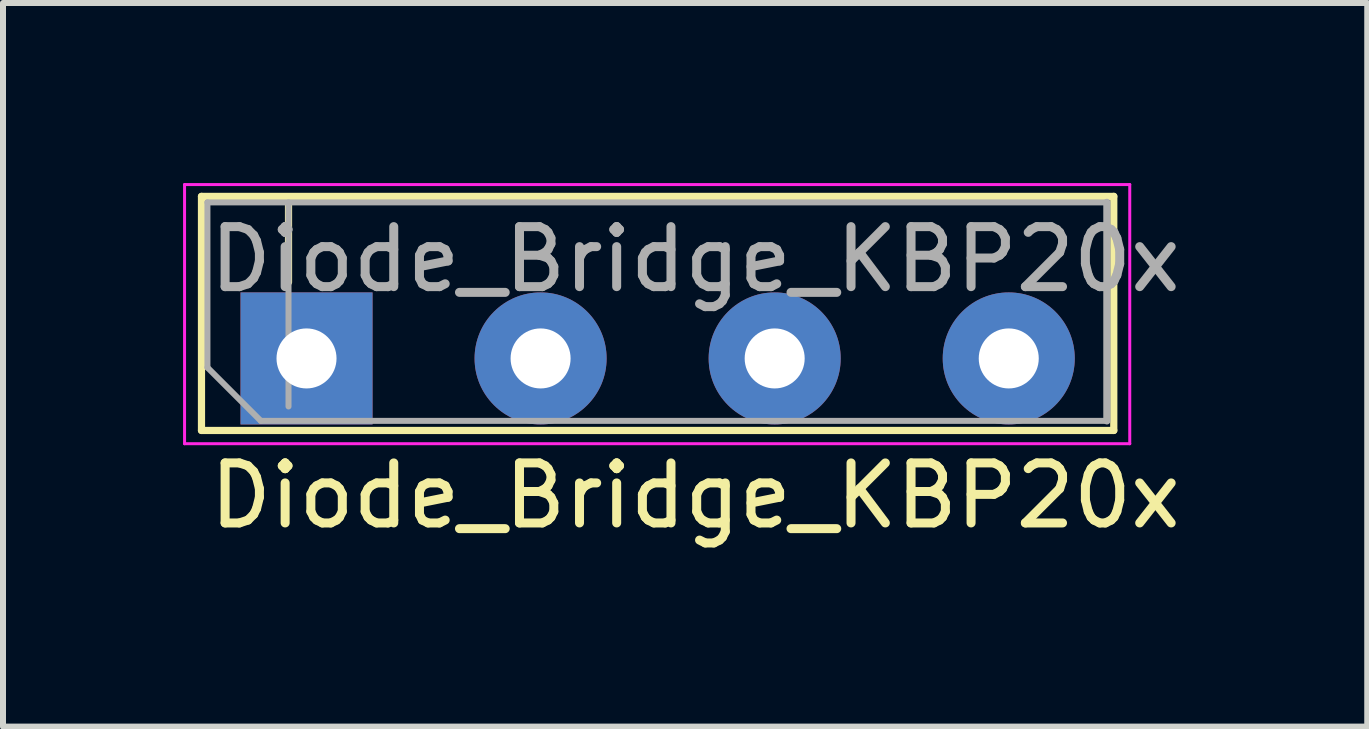
<source format=kicad_pcb>
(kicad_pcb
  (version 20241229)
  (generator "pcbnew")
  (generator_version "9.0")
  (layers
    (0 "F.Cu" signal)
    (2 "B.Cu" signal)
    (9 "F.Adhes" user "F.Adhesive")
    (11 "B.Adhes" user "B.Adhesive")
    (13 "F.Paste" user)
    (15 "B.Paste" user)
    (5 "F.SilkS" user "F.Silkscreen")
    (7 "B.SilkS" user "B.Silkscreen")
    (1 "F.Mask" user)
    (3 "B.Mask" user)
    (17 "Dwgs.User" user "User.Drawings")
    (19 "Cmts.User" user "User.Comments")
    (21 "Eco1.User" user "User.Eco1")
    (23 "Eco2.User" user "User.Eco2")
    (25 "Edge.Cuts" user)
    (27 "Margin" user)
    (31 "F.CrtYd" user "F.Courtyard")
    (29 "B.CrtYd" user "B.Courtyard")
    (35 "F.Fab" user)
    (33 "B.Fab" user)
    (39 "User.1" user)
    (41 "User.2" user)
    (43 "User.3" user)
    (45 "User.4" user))
  (footprint "Diode_Bridge_KBP20x"
    (layer "F.Cu")
    (at 2.057 2.922)
    (property "Reference" "Diode_Bridge_KBP20x" (at 6.477 2.286 180) (layer "F.SilkS") (effects (font (size 1 1) (thickness 0.15))))
    (attr through_hole)
    (fp_line (start -1.75 -2.7) (end 13.45 -2.7) (stroke (width 0.12) (type solid)) (layer "F.SilkS"))
    (fp_line (start -1.75 1.2) (end -1.75 -2.7) (stroke (width 0.12) (type solid)) (layer "F.SilkS"))
    (fp_line (start -0.3 -1.27) (end -0.3 -2.659) (stroke (width 0.12) (type solid)) (layer "F.SilkS"))
    (fp_line (start 13.45 -2.7) (end 13.45 1.2) (stroke (width 0.12) (type solid)) (layer "F.SilkS"))
    (fp_line (start 13.45 1.2) (end -1.75 1.2) (stroke (width 0.12) (type solid)) (layer "F.SilkS"))
    (fp_line (start -2.032 1.421) (end -2.032 -2.897) (stroke (width 0.05) (type solid)) (layer "F.CrtYd"))
    (fp_line (start -2.032 1.421) (end 13.716 1.421) (stroke (width 0.05) (type solid)) (layer "F.CrtYd"))
    (fp_line (start 13.716 -2.897) (end -2.032 -2.897) (stroke (width 0.05) (type solid)) (layer "F.CrtYd"))
    (fp_line (start 13.716 -2.897) (end 13.716 1.421) (stroke (width 0.05) (type solid)) (layer "F.CrtYd"))
    (fp_line (start -1.651 -2.6) (end 13.335 -2.6) (stroke (width 0.1) (type solid)) (layer "F.Fab"))
    (fp_line (start -1.651 0.151) (end -1.651 -2.6) (stroke (width 0.1) (type solid)) (layer "F.Fab"))
    (fp_line (start -0.762 1.04) (end -1.651 0.151) (stroke (width 0.1) (type solid)) (layer "F.Fab"))
    (fp_line (start -0.3 0.8) (end -0.3 -2.6) (stroke (width 0.1) (type solid)) (layer "F.Fab"))
    (fp_line (start 13.335 -2.6) (end 13.335 1.04) (stroke (width 0.12) (type solid)) (layer "F.Fab"))
    (fp_line (start 13.335 1.04) (end -0.762 1.04) (stroke (width 0.1) (type solid)) (layer "F.Fab"))
    (fp_text user "${REFERENCE}" (at 6.477 -1.651 180) (layer "F.Fab") (effects (font (size 1 1) (thickness 0.15))))
    (pad "1" thru_hole rect (at 0 0) (size 2.2 2.2) (drill 1) (layers "*.Cu" "*.Mask"))
    (pad "2" thru_hole circle (at 3.9 0) (size 2.2 2.2) (drill 1) (layers "*.Cu" "*.Mask"))
    (pad "3" thru_hole circle (at 7.8 0) (size 2.2 2.2) (drill 1) (layers "*.Cu" "*.Mask"))
    (pad "4" thru_hole circle (at 11.7 0) (size 2.2 2.2) (drill 1) (layers "*.Cu" "*.Mask")))
  (gr_rect
    (start -3 -3)
    (end 19.73 9.056)
    (stroke (width 0.1) (type default))
    (fill no)
    (layer "Edge.Cuts")))
</source>
